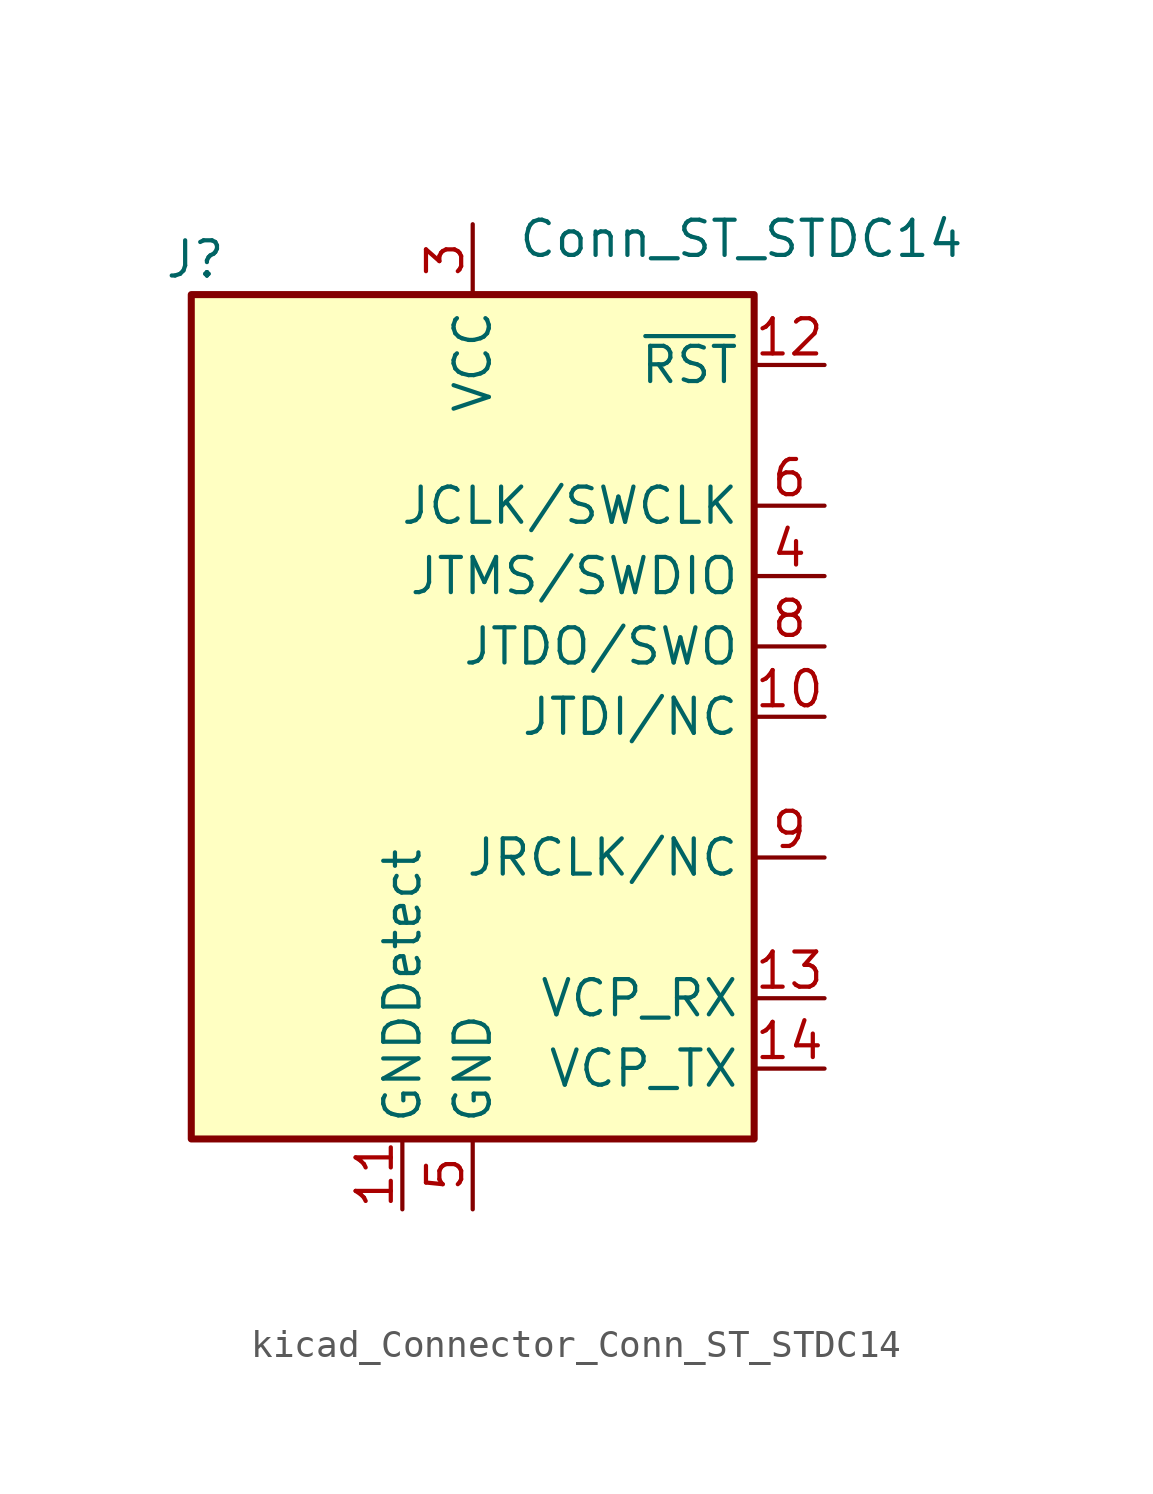
<source format=kicad_sym>
(kicad_symbol_lib
  (version 20220914)
  (generator kicad_symbol_editor)
  (symbol "kicad_Connector_Conn_ST_STDC14"
    (property "Reference" "J"
      (at -8.89 16.51 0)
      (effects (font (size 1.27 1.27)) (justify right)))
    (property "Value" "Conn_ST_STDC14"
      (at 17.78 16.51 0)
      (effects (font (size 1.27 1.27)) (justify right bottom)))
    (symbol "kicad_Connector_Conn_ST_STDC14_0_1"
      (rectangle (start -10.16 15.24) (end 10.16 -15.24) (stroke (width 0.254) (type default)) (fill (type background))))
    (symbol "kicad_Connector_Conn_ST_STDC14_1_1"
      (pin no_connect line (at -10.16 5.08 0) (length 2.54) hide (name "NC" (effects (font (size 1.27 1.27)))) (number "1" (effects (font (size 1.27 1.27)))))
      (pin output line (at 12.7 0 180) (length 2.54) (name "JTDI/NC" (effects (font (size 1.27 1.27)))) (number "10" (effects (font (size 1.27 1.27)))))
      (pin passive line (at -2.54 -17.78 90) (length 2.54) (name "GNDDetect" (effects (font (size 1.27 1.27)))) (number "11" (effects (font (size 1.27 1.27)))))
      (pin open_collector line (at 12.7 12.7 180) (length 2.54) (name "~{RST}" (effects (font (size 1.27 1.27)))) (number "12" (effects (font (size 1.27 1.27)))))
      (pin output line (at 12.7 -10.16 180) (length 2.54) (name "VCP_RX" (effects (font (size 1.27 1.27)))) (number "13" (effects (font (size 1.27 1.27)))))
      (pin input line (at 12.7 -12.7 180) (length 2.54) (name "VCP_TX" (effects (font (size 1.27 1.27)))) (number "14" (effects (font (size 1.27 1.27)))))
      (pin no_connect line (at -10.16 2.54 0) (length 2.54) hide (name "NC" (effects (font (size 1.27 1.27)))) (number "2" (effects (font (size 1.27 1.27)))))
      (pin power_in line (at 0 17.78 270) (length 2.54) (name "VCC" (effects (font (size 1.27 1.27)))) (number "3" (effects (font (size 1.27 1.27)))))
      (pin bidirectional line (at 12.7 5.08 180) (length 2.54) (name "JTMS/SWDIO" (effects (font (size 1.27 1.27)))) (number "4" (effects (font (size 1.27 1.27)))))
      (pin power_in line (at 0 -17.78 90) (length 2.54) (name "GND" (effects (font (size 1.27 1.27)))) (number "5" (effects (font (size 1.27 1.27)))))
      (pin output line (at 12.7 7.62 180) (length 2.54) (name "JCLK/SWCLK" (effects (font (size 1.27 1.27)))) (number "6" (effects (font (size 1.27 1.27)))))
      (pin passive line (at 0 -17.78 90) (length 2.54) hide (name "GND" (effects (font (size 1.27 1.27)))) (number "7" (effects (font (size 1.27 1.27)))))
      (pin input line (at 12.7 2.54 180) (length 2.54) (name "JTDO/SWO" (effects (font (size 1.27 1.27)))) (number "8" (effects (font (size 1.27 1.27)))))
      (pin input line (at 12.7 -5.08 180) (length 2.54) (name "JRCLK/NC" (effects (font (size 1.27 1.27)))) (number "9" (effects (font (size 1.27 1.27))))))))
</source>
